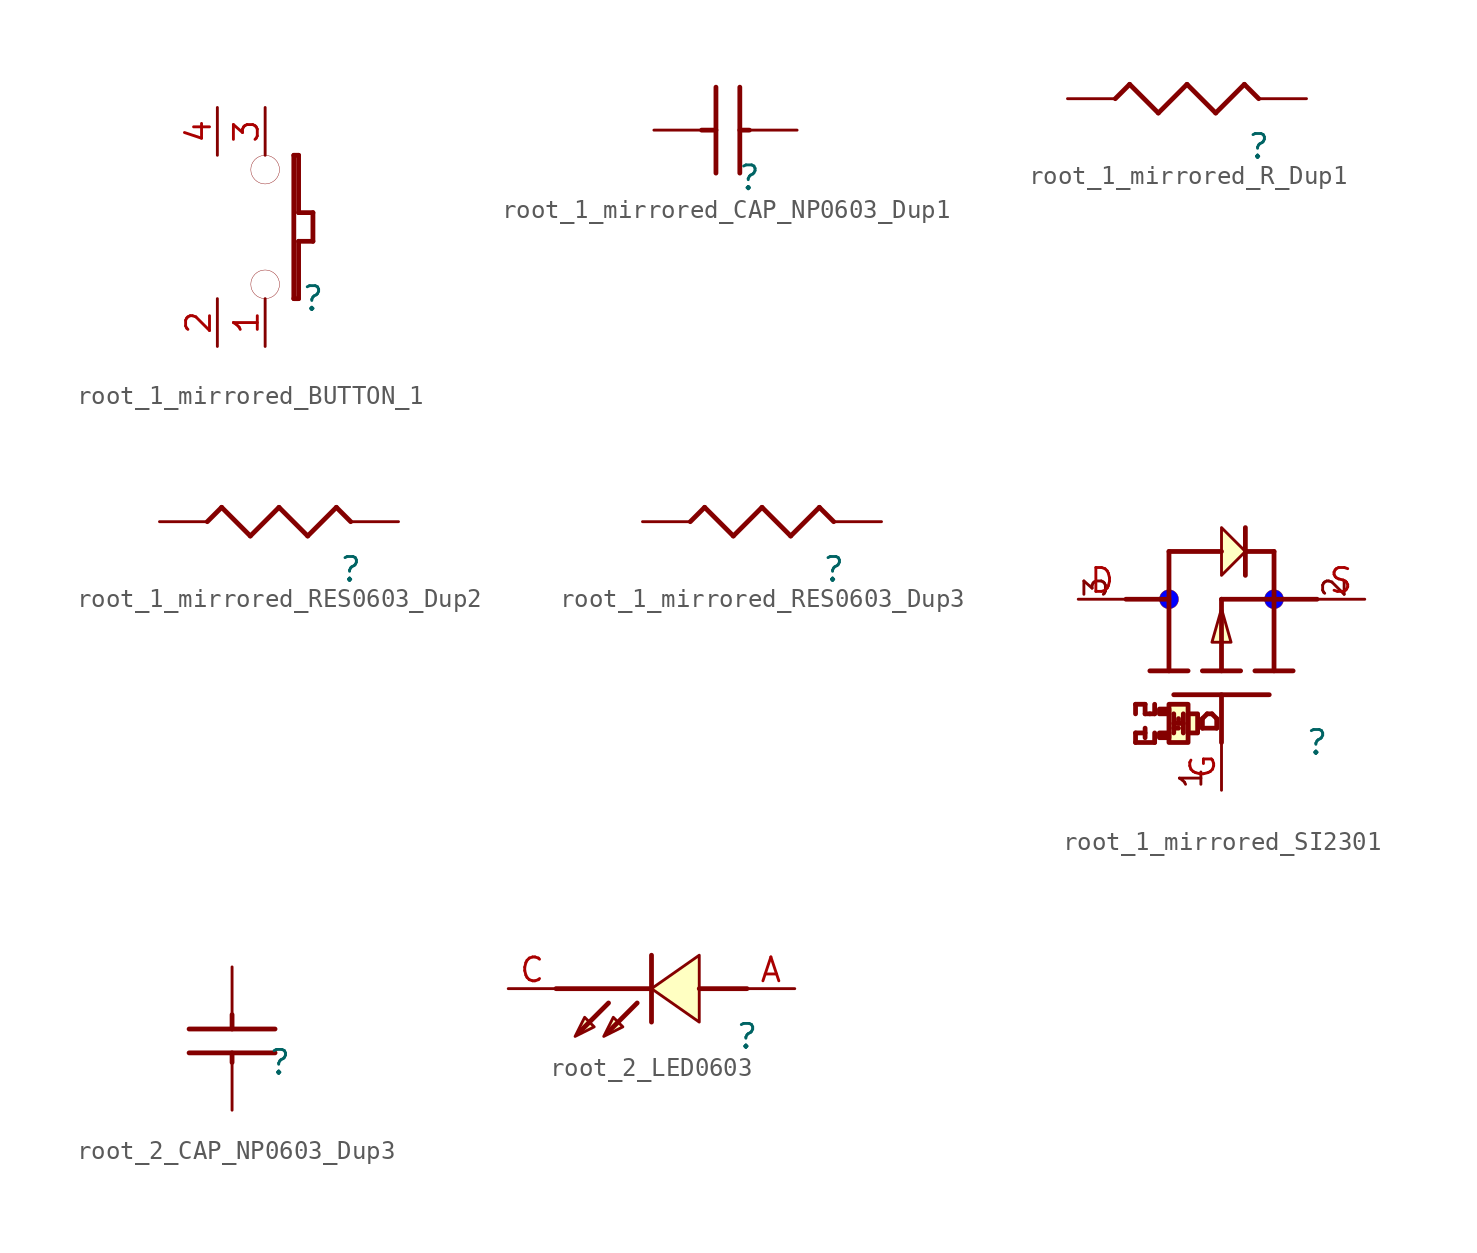
<source format=kicad_sym>
(kicad_symbol_lib
  (version 20220914)
  (generator kicad_symbol_editor)
  (symbol "root_1_mirrored_BUTTON_1"
    (property "Reference" ""
      (at 0 0 0)
      (effects (font (size 1.27 1.27))))
    (property "Value" ""
      (at 0 0 0)
      (effects (font (size 1.27 1.27))))
    (symbol "root_1_mirrored_BUTTON_1_1_0"
      (circle (center -2.54 0.762) (radius 0.762) (stroke (width 0.0001) (type solid)) (fill (type none)))
      (circle (center -2.54 6.858) (radius 0.762) (stroke (width 0.0001) (type solid)) (fill (type none)))
      (polyline (pts (xy -1.016 0) (xy -1.016 7.62)) (stroke (width 0.254) (type solid)) (fill (type none)))
      (polyline (pts (xy -1.016 7.62) (xy -0.762 7.62)) (stroke (width 0.254) (type solid)) (fill (type none)))
      (polyline (pts (xy -0.762 0) (xy -1.016 0)) (stroke (width 0.254) (type solid)) (fill (type none)))
      (polyline (pts (xy -0.762 3.048) (xy -0.762 0)) (stroke (width 0.254) (type solid)) (fill (type none)))
      (polyline (pts (xy -0.762 4.572) (xy 0 4.572)) (stroke (width 0.254) (type solid)) (fill (type none)))
      (polyline (pts (xy -0.762 7.62) (xy -0.762 4.572)) (stroke (width 0.254) (type solid)) (fill (type none)))
      (polyline (pts (xy 0 3.048) (xy -0.762 3.048)) (stroke (width 0.254) (type solid)) (fill (type none)))
      (polyline (pts (xy 0 4.572) (xy 0 3.048)) (stroke (width 0.254) (type solid)) (fill (type none)))
      (pin passive line (at -2.54 -2.54 90) (length 2.54) (name "1" (effects (font (size 0 0)))) (number "1" (effects (font (size 1.27 1.27)))))
      (pin passive line (at -5.08 -2.54 90) (length 2.54) (name "2" (effects (font (size 0 0)))) (number "2" (effects (font (size 1.27 1.27)))))
      (pin passive line (at -2.54 10.16 270) (length 2.54) (name "3" (effects (font (size 0 0)))) (number "3" (effects (font (size 1.27 1.27)))))
      (pin passive line (at -5.08 10.16 270) (length 2.54) (name "4" (effects (font (size 0 0)))) (number "4" (effects (font (size 1.27 1.27)))))))
  (symbol "root_1_mirrored_CAP_NP0603_Dup1"
    (property "Reference" ""
      (at 0 0 0)
      (effects (font (size 1.27 1.27))))
    (property "Value" ""
      (at 0 0 0)
      (effects (font (size 1.27 1.27))))
    (symbol "root_1_mirrored_CAP_NP0603_Dup1_1_0"
      (polyline (pts (xy -2.54 2.54) (xy -1.778 2.54)) (stroke (width 0.254) (type solid)) (fill (type none)))
      (polyline (pts (xy -1.778 0.254) (xy -1.778 4.826)) (stroke (width 0.254) (type solid)) (fill (type none)))
      (polyline (pts (xy -0.508 0.254) (xy -0.508 4.826)) (stroke (width 0.254) (type solid)) (fill (type none)))
      (polyline (pts (xy 0 2.54) (xy -0.508 2.54)) (stroke (width 0.254) (type solid)) (fill (type none)))
      (pin passive line (at 2.54 2.54 180) (length 2.54) (name "1" (effects (font (size 0 0)))) (number "1" (effects (font (size 0 0)))))
      (pin passive line (at -5.08 2.54 0) (length 2.54) (name "2" (effects (font (size 0 0)))) (number "2" (effects (font (size 0 0)))))))
  (symbol "root_1_mirrored_R_Dup1"
    (property "Reference" ""
      (at 0 0 0)
      (effects (font (size 1.27 1.27))))
    (property "Value" ""
      (at 0 0 0)
      (effects (font (size 1.27 1.27))))
    (symbol "root_1_mirrored_R_Dup1_1_0"
      (polyline (pts (xy -6.858 3.302) (xy -7.62 2.54)) (stroke (width 0.254) (type solid)) (fill (type none)))
      (polyline (pts (xy -5.334 1.778) (xy -6.858 3.302)) (stroke (width 0.254) (type solid)) (fill (type none)))
      (polyline (pts (xy -3.81 3.302) (xy -5.334 1.778)) (stroke (width 0.254) (type solid)) (fill (type none)))
      (polyline (pts (xy -2.286 1.778) (xy -3.81 3.302)) (stroke (width 0.254) (type solid)) (fill (type none)))
      (polyline (pts (xy -0.762 3.302) (xy -2.286 1.778)) (stroke (width 0.254) (type solid)) (fill (type none)))
      (polyline (pts (xy 0 2.54) (xy -0.762 3.302)) (stroke (width 0.254) (type solid)) (fill (type none)))
      (pin passive line (at 2.54 2.54 180) (length 2.54) (name "1" (effects (font (size 0 0)))) (number "1" (effects (font (size 0 0)))))
      (pin passive line (at -10.16 2.54 0) (length 2.54) (name "2" (effects (font (size 0 0)))) (number "2" (effects (font (size 0 0)))))))
  (symbol "root_1_mirrored_RES0603_Dup2"
    (property "Reference" ""
      (at 0 0 0)
      (effects (font (size 1.27 1.27))))
    (property "Value" ""
      (at 0 0 0)
      (effects (font (size 1.27 1.27))))
    (symbol "root_1_mirrored_RES0603_Dup2_1_0"
      (polyline (pts (xy -6.858 3.302) (xy -7.62 2.54)) (stroke (width 0.254) (type solid)) (fill (type none)))
      (polyline (pts (xy -5.334 1.778) (xy -6.858 3.302)) (stroke (width 0.254) (type solid)) (fill (type none)))
      (polyline (pts (xy -3.81 3.302) (xy -5.334 1.778)) (stroke (width 0.254) (type solid)) (fill (type none)))
      (polyline (pts (xy -2.286 1.778) (xy -3.81 3.302)) (stroke (width 0.254) (type solid)) (fill (type none)))
      (polyline (pts (xy -0.762 3.302) (xy -2.286 1.778)) (stroke (width 0.254) (type solid)) (fill (type none)))
      (polyline (pts (xy 0 2.54) (xy -0.762 3.302)) (stroke (width 0.254) (type solid)) (fill (type none)))
      (pin passive line (at 2.54 2.54 180) (length 2.54) (name "1" (effects (font (size 0 0)))) (number "1" (effects (font (size 0 0)))))
      (pin passive line (at -10.16 2.54 0) (length 2.54) (name "2" (effects (font (size 0 0)))) (number "2" (effects (font (size 0 0)))))))
  (symbol "root_1_mirrored_RES0603_Dup3"
    (property "Reference" ""
      (at 0 0 0)
      (effects (font (size 1.27 1.27))))
    (property "Value" ""
      (at 0 0 0)
      (effects (font (size 1.27 1.27))))
    (symbol "root_1_mirrored_RES0603_Dup3_1_0"
      (polyline (pts (xy -6.858 3.302) (xy -7.62 2.54)) (stroke (width 0.254) (type solid)) (fill (type none)))
      (polyline (pts (xy -5.334 1.778) (xy -6.858 3.302)) (stroke (width 0.254) (type solid)) (fill (type none)))
      (polyline (pts (xy -3.81 3.302) (xy -5.334 1.778)) (stroke (width 0.254) (type solid)) (fill (type none)))
      (polyline (pts (xy -2.286 1.778) (xy -3.81 3.302)) (stroke (width 0.254) (type solid)) (fill (type none)))
      (polyline (pts (xy -0.762 3.302) (xy -2.286 1.778)) (stroke (width 0.254) (type solid)) (fill (type none)))
      (polyline (pts (xy 0 2.54) (xy -0.762 3.302)) (stroke (width 0.254) (type solid)) (fill (type none)))
      (pin passive line (at 2.54 2.54 180) (length 2.54) (name "1" (effects (font (size 0 0)))) (number "1" (effects (font (size 0 0)))))
      (pin passive line (at -10.16 2.54 0) (length 2.54) (name "2" (effects (font (size 0 0)))) (number "2" (effects (font (size 0 0)))))))
  (symbol "root_1_mirrored_SI2301"
    (property "Reference" ""
      (at 0 0 0)
      (effects (font (size 1.27 1.27))))
    (property "Value" ""
      (at 0 0 0)
      (effects (font (size 1.27 1.27))))
    (symbol "root_1_mirrored_SI2301_1_0"
      (rectangle (start -7.874 0.508) (end -8.382 0.254) (stroke (width 0.254) (type solid)) (fill (type background)))
      (rectangle (start -7.874 1.778) (end -8.382 1.524) (stroke (width 0.254) (type solid)) (fill (type background)))
      (circle (center -7.874 7.62) (radius 0.508) (stroke (width 0.0001) (type solid)) (fill (type color) (color 0 0 255 1)))
      (rectangle (start -6.858 2.032) (end -7.874 0) (stroke (width 0.254) (type solid)) (fill (type background)))
      (rectangle (start -6.35 1.524) (end -6.858 0.508) (stroke (width 0.254) (type solid)) (fill (type background)))
      (circle (center -2.286 7.62) (radius 0.508) (stroke (width 0.0001) (type solid)) (fill (type color) (color 0 0 255 1)))
      (polyline (pts (xy -9.652 0) (xy -9.652 0.508)) (stroke (width 0.254) (type solid)) (fill (type none)))
      (polyline (pts (xy -9.652 0.508) (xy -9.144 0.508)) (stroke (width 0.254) (type solid)) (fill (type none)))
      (polyline (pts (xy -9.652 2.032) (xy -9.652 1.524)) (stroke (width 0.254) (type solid)) (fill (type none)))
      (polyline (pts (xy -9.144 0.254) (xy -9.144 0.762)) (stroke (width 0.254) (type solid)) (fill (type none)))
      (polyline (pts (xy -9.144 1.524) (xy -9.144 2.032)) (stroke (width 0.254) (type solid)) (fill (type none)))
      (polyline (pts (xy -9.144 2.032) (xy -9.652 2.032)) (stroke (width 0.254) (type solid)) (fill (type none)))
      (polyline (pts (xy -8.89 1.524) (xy -9.144 1.524)) (stroke (width 0.254) (type solid)) (fill (type none)))
      (polyline (pts (xy -8.89 3.81) (xy -6.858 3.81)) (stroke (width 0.254) (type solid)) (fill (type none)))
      (polyline (pts (xy -8.636 0) (xy -9.652 0)) (stroke (width 0.254) (type solid)) (fill (type none)))
      (polyline (pts (xy -8.636 0.508) (xy -8.636 0)) (stroke (width 0.254) (type solid)) (fill (type none)))
      (polyline (pts (xy -8.636 1.524) (xy -8.89 1.524)) (stroke (width 0.254) (type solid)) (fill (type none)))
      (polyline (pts (xy -8.636 2.032) (xy -8.636 1.524)) (stroke (width 0.254) (type solid)) (fill (type none)))
      (polyline (pts (xy -7.874 3.81) (xy -7.874 10.16)) (stroke (width 0.254) (type solid)) (fill (type none)))
      (polyline (pts (xy -7.874 7.62) (xy -10.16 7.62)) (stroke (width 0.254) (type solid)) (fill (type none)))
      (polyline (pts (xy -7.874 10.16) (xy -5.08 10.16)) (stroke (width 0.254) (type solid)) (fill (type none)))
      (polyline (pts (xy -7.62 0.508) (xy -7.62 1.524)) (stroke (width 0.254) (type solid)) (fill (type none)))
      (polyline (pts (xy -7.366 0.762) (xy -7.62 0.762)) (stroke (width 0.254) (type solid)) (fill (type none)))
      (polyline (pts (xy -7.366 1.016) (xy -7.366 1.27)) (stroke (width 0.254) (type solid)) (fill (type none)))
      (polyline (pts (xy -7.112 0.508) (xy -7.112 1.524)) (stroke (width 0.254) (type solid)) (fill (type none)))
      (polyline (pts (xy -7.112 1.016) (xy -7.62 1.016)) (stroke (width 0.254) (type solid)) (fill (type none)))
      (polyline (pts (xy -6.096 0.762) (xy -6.096 1.27)) (stroke (width 0.254) (type solid)) (fill (type none)))
      (polyline (pts (xy -6.096 1.27) (xy -5.842 1.524)) (stroke (width 0.254) (type solid)) (fill (type none)))
      (polyline (pts (xy -6.096 3.81) (xy -4.064 3.81)) (stroke (width 0.254) (type solid)) (fill (type none)))
      (polyline (pts (xy -5.842 1.524) (xy -5.588 1.524)) (stroke (width 0.254) (type solid)) (fill (type none)))
      (polyline (pts (xy -5.588 1.524) (xy -5.334 1.27)) (stroke (width 0.254) (type solid)) (fill (type none)))
      (polyline (pts (xy -5.334 0.762) (xy -6.096 0.762)) (stroke (width 0.254) (type solid)) (fill (type none)))
      (polyline (pts (xy -5.334 1.27) (xy -5.334 0.762)) (stroke (width 0.254) (type solid)) (fill (type none)))
      (polyline (pts (xy -5.08 2.54) (xy -5.08 0)) (stroke (width 0.254) (type solid)) (fill (type none)))
      (polyline (pts (xy -5.08 3.81) (xy -5.08 7.62)) (stroke (width 0.254) (type solid)) (fill (type none)))
      (polyline (pts (xy -3.81 8.89) (xy -3.81 11.43)) (stroke (width 0.254) (type solid)) (fill (type none)))
      (polyline (pts (xy -3.81 10.16) (xy -2.286 10.16)) (stroke (width 0.254) (type solid)) (fill (type none)))
      (polyline (pts (xy -3.302 3.81) (xy -1.27 3.81)) (stroke (width 0.254) (type solid)) (fill (type none)))
      (polyline (pts (xy -2.54 2.54) (xy -7.62 2.54)) (stroke (width 0.254) (type solid)) (fill (type none)))
      (polyline (pts (xy -2.286 7.62) (xy -5.08 7.62)) (stroke (width 0.254) (type solid)) (fill (type none)))
      (polyline (pts (xy -2.286 10.16) (xy -2.286 3.81)) (stroke (width 0.254) (type solid)) (fill (type none)))
      (polyline (pts (xy 0 7.62) (xy -2.286 7.62)) (stroke (width 0.254) (type solid)) (fill (type none)))
      (polyline (pts (xy -5.08 7.112) (xy -5.588 5.334) (xy -4.572 5.334) (xy -5.08 7.112) (xy -5.08 7.112)) (stroke (width 0) (type solid)) (fill (type background)))
      (polyline (pts (xy -5.08 8.89) (xy -5.08 11.43) (xy -3.81 10.16) (xy -5.08 8.89) (xy -5.08 8.89)) (stroke (width 0) (type solid)) (fill (type background)))
      (text "1" (at -7.366 -2.54 900) (effects (font (size 1.143 1.143)) (justify left top)))
      (text "2" (at 0.254 7.62 900) (effects (font (size 1.143 1.143)) (justify left top)))
      (text "3" (at -12.446 7.62 900) (effects (font (size 1.143 1.143)) (justify left top)))
      (pin passive line (at -12.7 7.62 0) (length 2.54) (name "DRAIN" (effects (font (size 0 0)))) (number "D" (effects (font (size 1.27 1.27)))))
      (pin input line (at -5.08 -2.54 90) (length 2.54) (name "GATE" (effects (font (size 0 0)))) (number "G" (effects (font (size 1.27 1.27)))))
      (pin passive line (at 2.54 7.62 180) (length 2.54) (name "SOURCE" (effects (font (size 0 0)))) (number "S" (effects (font (size 1.27 1.27)))))))
  (symbol "root_2_CAP_NP0603_Dup3"
    (property "Reference" ""
      (at 0 0 0)
      (effects (font (size 1.27 1.27))))
    (property "Value" ""
      (at 0 0 0)
      (effects (font (size 1.27 1.27))))
    (symbol "root_2_CAP_NP0603_Dup3_1_0"
      (polyline (pts (xy -2.54 0) (xy -2.54 0.508)) (stroke (width 0.254) (type solid)) (fill (type none)))
      (polyline (pts (xy -2.54 2.54) (xy -2.54 1.778)) (stroke (width 0.254) (type solid)) (fill (type none)))
      (polyline (pts (xy -0.254 0.508) (xy -4.826 0.508)) (stroke (width 0.254) (type solid)) (fill (type none)))
      (polyline (pts (xy -0.254 1.778) (xy -4.826 1.778)) (stroke (width 0.254) (type solid)) (fill (type none)))
      (pin passive line (at -2.54 -2.54 90) (length 2.54) (name "1" (effects (font (size 0 0)))) (number "1" (effects (font (size 0 0)))))
      (pin passive line (at -2.54 5.08 270) (length 2.54) (name "2" (effects (font (size 0 0)))) (number "2" (effects (font (size 0 0)))))))
  (symbol "root_2_LED0603"
    (property "Reference" ""
      (at 0 0 0)
      (effects (font (size 1.27 1.27))))
    (property "Value" ""
      (at 0 0 0)
      (effects (font (size 1.27 1.27))))
    (symbol "root_2_LED0603_1_0"
      (polyline (pts (xy -8.89 0.254) (xy -7.366 1.778)) (stroke (width 0.254) (type solid)) (fill (type none)))
      (polyline (pts (xy -7.366 0.254) (xy -5.842 1.778)) (stroke (width 0.254) (type solid)) (fill (type none)))
      (polyline (pts (xy -5.08 0.762) (xy -5.08 4.318)) (stroke (width 0.254) (type solid)) (fill (type none)))
      (polyline (pts (xy -5.08 2.54) (xy -10.16 2.54)) (stroke (width 0.254) (type solid)) (fill (type none)))
      (polyline (pts (xy 0 2.54) (xy -2.54 2.54)) (stroke (width 0.254) (type solid)) (fill (type none)))
      (polyline (pts (xy -8.128 0.508) (xy -8.128 0.508) (xy -9.144 0) (xy -8.636 1.016) (xy -8.128 0.508) (xy -8.128 0.508)) (stroke (width 0) (type solid)) (fill (type background)))
      (polyline (pts (xy -6.604 0.508) (xy -6.604 0.508) (xy -7.62 0) (xy -7.112 1.016) (xy -6.604 0.508) (xy -6.604 0.508)) (stroke (width 0) (type solid)) (fill (type background)))
      (polyline (pts (xy -5.08 2.54) (xy -5.08 2.54) (xy -2.54 4.318) (xy -2.54 0.762) (xy -5.08 2.54) (xy -5.08 2.54)) (stroke (width 0) (type solid)) (fill (type background)))
      (pin passive line (at 2.54 2.54 180) (length 2.54) (name "ANODE" (effects (font (size 0 0)))) (number "A" (effects (font (size 1.27 1.27)))))
      (pin passive line (at -12.7 2.54 0) (length 2.54) (name "CATHODE" (effects (font (size 0 0)))) (number "C" (effects (font (size 1.27 1.27))))))))
</source>
